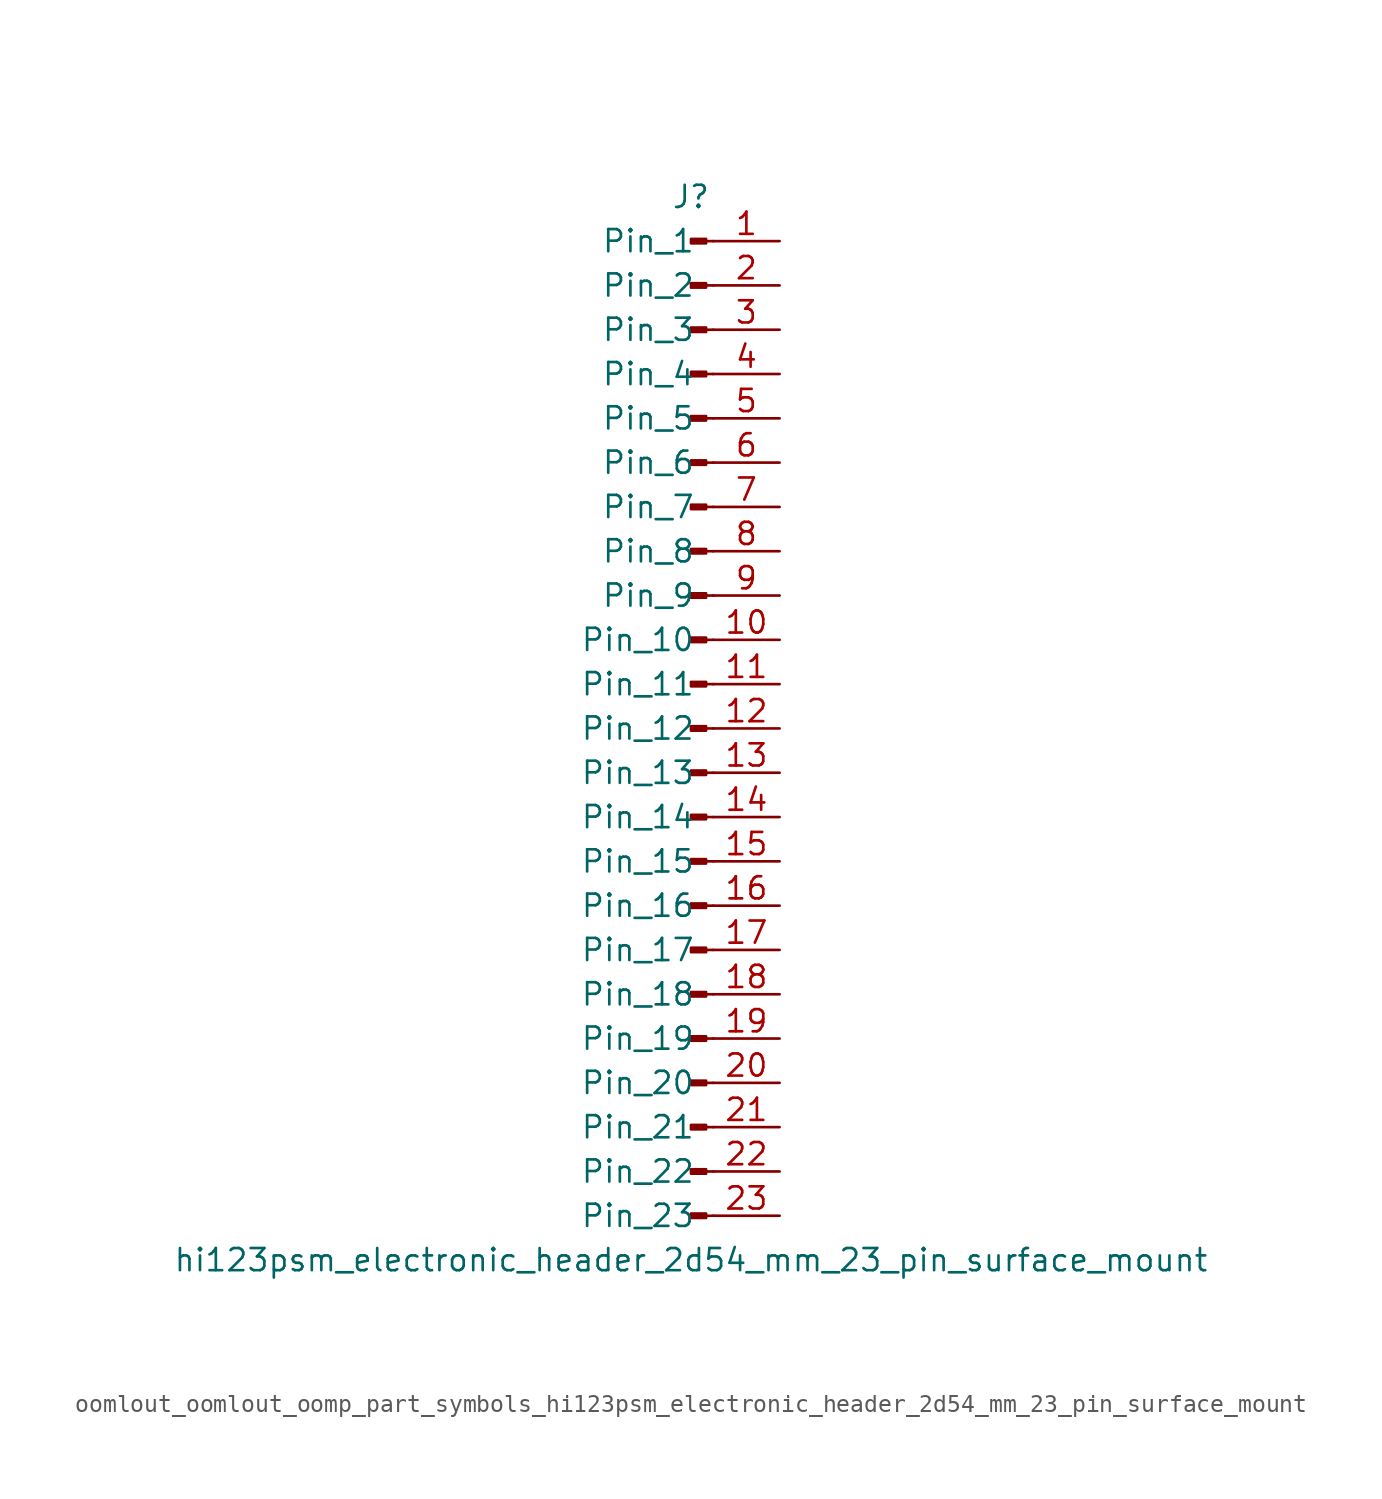
<source format=kicad_sym>
(kicad_symbol_lib
  (version 20220914)
  (generator kicad_symbol_editor)
  (symbol "oomlout_oomlout_oomp_part_symbols_hi123psm_electronic_header_2d54_mm_23_pin_surface_mount"
    (pin_names
      (offset 1.016))
    (property "Reference" "J"
      (at 0 30.48 0)
      (effects (font (size 1.27 1.27))))
    (property "Value" "hi123psm_electronic_header_2d54_mm_23_pin_surface_mount"
      (at 0 -30.48 0)
      (effects (font (size 1.27 1.27))))
    (property "ki_locked" ""
      (at 0 0 0)
      (effects (font (size 1.27 1.27))))
    (symbol "oomlout_oomlout_oomp_part_symbols_hi123psm_electronic_header_2d54_mm_23_pin_surface_mount_1_1"
      (polyline (pts (xy 1.27 -27.94) (xy 0.864 -27.94)) (stroke (width 0.152) (type default)) (fill (type none)))
      (polyline (pts (xy 1.27 -25.4) (xy 0.864 -25.4)) (stroke (width 0.152) (type default)) (fill (type none)))
      (polyline (pts (xy 1.27 -22.86) (xy 0.864 -22.86)) (stroke (width 0.152) (type default)) (fill (type none)))
      (polyline (pts (xy 1.27 -20.32) (xy 0.864 -20.32)) (stroke (width 0.152) (type default)) (fill (type none)))
      (polyline (pts (xy 1.27 -17.78) (xy 0.864 -17.78)) (stroke (width 0.152) (type default)) (fill (type none)))
      (polyline (pts (xy 1.27 -15.24) (xy 0.864 -15.24)) (stroke (width 0.152) (type default)) (fill (type none)))
      (polyline (pts (xy 1.27 -12.7) (xy 0.864 -12.7)) (stroke (width 0.152) (type default)) (fill (type none)))
      (polyline (pts (xy 1.27 -10.16) (xy 0.864 -10.16)) (stroke (width 0.152) (type default)) (fill (type none)))
      (polyline (pts (xy 1.27 -7.62) (xy 0.864 -7.62)) (stroke (width 0.152) (type default)) (fill (type none)))
      (polyline (pts (xy 1.27 -5.08) (xy 0.864 -5.08)) (stroke (width 0.152) (type default)) (fill (type none)))
      (polyline (pts (xy 1.27 -2.54) (xy 0.864 -2.54)) (stroke (width 0.152) (type default)) (fill (type none)))
      (polyline (pts (xy 1.27 0) (xy 0.864 0)) (stroke (width 0.152) (type default)) (fill (type none)))
      (polyline (pts (xy 1.27 2.54) (xy 0.864 2.54)) (stroke (width 0.152) (type default)) (fill (type none)))
      (polyline (pts (xy 1.27 5.08) (xy 0.864 5.08)) (stroke (width 0.152) (type default)) (fill (type none)))
      (polyline (pts (xy 1.27 7.62) (xy 0.864 7.62)) (stroke (width 0.152) (type default)) (fill (type none)))
      (polyline (pts (xy 1.27 10.16) (xy 0.864 10.16)) (stroke (width 0.152) (type default)) (fill (type none)))
      (polyline (pts (xy 1.27 12.7) (xy 0.864 12.7)) (stroke (width 0.152) (type default)) (fill (type none)))
      (polyline (pts (xy 1.27 15.24) (xy 0.864 15.24)) (stroke (width 0.152) (type default)) (fill (type none)))
      (polyline (pts (xy 1.27 17.78) (xy 0.864 17.78)) (stroke (width 0.152) (type default)) (fill (type none)))
      (polyline (pts (xy 1.27 20.32) (xy 0.864 20.32)) (stroke (width 0.152) (type default)) (fill (type none)))
      (polyline (pts (xy 1.27 22.86) (xy 0.864 22.86)) (stroke (width 0.152) (type default)) (fill (type none)))
      (polyline (pts (xy 1.27 25.4) (xy 0.864 25.4)) (stroke (width 0.152) (type default)) (fill (type none)))
      (polyline (pts (xy 1.27 27.94) (xy 0.864 27.94)) (stroke (width 0.152) (type default)) (fill (type none)))
      (rectangle (start 0.864 -27.813) (end 0 -28.067) (stroke (width 0.152) (type default)) (fill (type outline)))
      (rectangle (start 0.864 -25.273) (end 0 -25.527) (stroke (width 0.152) (type default)) (fill (type outline)))
      (rectangle (start 0.864 -22.733) (end 0 -22.987) (stroke (width 0.152) (type default)) (fill (type outline)))
      (rectangle (start 0.864 -20.193) (end 0 -20.447) (stroke (width 0.152) (type default)) (fill (type outline)))
      (rectangle (start 0.864 -17.653) (end 0 -17.907) (stroke (width 0.152) (type default)) (fill (type outline)))
      (rectangle (start 0.864 -15.113) (end 0 -15.367) (stroke (width 0.152) (type default)) (fill (type outline)))
      (rectangle (start 0.864 -12.573) (end 0 -12.827) (stroke (width 0.152) (type default)) (fill (type outline)))
      (rectangle (start 0.864 -10.033) (end 0 -10.287) (stroke (width 0.152) (type default)) (fill (type outline)))
      (rectangle (start 0.864 -7.493) (end 0 -7.747) (stroke (width 0.152) (type default)) (fill (type outline)))
      (rectangle (start 0.864 -4.953) (end 0 -5.207) (stroke (width 0.152) (type default)) (fill (type outline)))
      (rectangle (start 0.864 -2.413) (end 0 -2.667) (stroke (width 0.152) (type default)) (fill (type outline)))
      (rectangle (start 0.864 0.127) (end 0 -0.127) (stroke (width 0.152) (type default)) (fill (type outline)))
      (rectangle (start 0.864 2.667) (end 0 2.413) (stroke (width 0.152) (type default)) (fill (type outline)))
      (rectangle (start 0.864 5.207) (end 0 4.953) (stroke (width 0.152) (type default)) (fill (type outline)))
      (rectangle (start 0.864 7.747) (end 0 7.493) (stroke (width 0.152) (type default)) (fill (type outline)))
      (rectangle (start 0.864 10.287) (end 0 10.033) (stroke (width 0.152) (type default)) (fill (type outline)))
      (rectangle (start 0.864 12.827) (end 0 12.573) (stroke (width 0.152) (type default)) (fill (type outline)))
      (rectangle (start 0.864 15.367) (end 0 15.113) (stroke (width 0.152) (type default)) (fill (type outline)))
      (rectangle (start 0.864 17.907) (end 0 17.653) (stroke (width 0.152) (type default)) (fill (type outline)))
      (rectangle (start 0.864 20.447) (end 0 20.193) (stroke (width 0.152) (type default)) (fill (type outline)))
      (rectangle (start 0.864 22.987) (end 0 22.733) (stroke (width 0.152) (type default)) (fill (type outline)))
      (rectangle (start 0.864 25.527) (end 0 25.273) (stroke (width 0.152) (type default)) (fill (type outline)))
      (rectangle (start 0.864 28.067) (end 0 27.813) (stroke (width 0.152) (type default)) (fill (type outline)))
      (pin passive line (at 5.08 27.94 180) (length 3.81) (name "Pin_1" (effects (font (size 1.27 1.27)))) (number "1" (effects (font (size 1.27 1.27)))))
      (pin passive line (at 5.08 5.08 180) (length 3.81) (name "Pin_10" (effects (font (size 1.27 1.27)))) (number "10" (effects (font (size 1.27 1.27)))))
      (pin passive line (at 5.08 2.54 180) (length 3.81) (name "Pin_11" (effects (font (size 1.27 1.27)))) (number "11" (effects (font (size 1.27 1.27)))))
      (pin passive line (at 5.08 0 180) (length 3.81) (name "Pin_12" (effects (font (size 1.27 1.27)))) (number "12" (effects (font (size 1.27 1.27)))))
      (pin passive line (at 5.08 -2.54 180) (length 3.81) (name "Pin_13" (effects (font (size 1.27 1.27)))) (number "13" (effects (font (size 1.27 1.27)))))
      (pin passive line (at 5.08 -5.08 180) (length 3.81) (name "Pin_14" (effects (font (size 1.27 1.27)))) (number "14" (effects (font (size 1.27 1.27)))))
      (pin passive line (at 5.08 -7.62 180) (length 3.81) (name "Pin_15" (effects (font (size 1.27 1.27)))) (number "15" (effects (font (size 1.27 1.27)))))
      (pin passive line (at 5.08 -10.16 180) (length 3.81) (name "Pin_16" (effects (font (size 1.27 1.27)))) (number "16" (effects (font (size 1.27 1.27)))))
      (pin passive line (at 5.08 -12.7 180) (length 3.81) (name "Pin_17" (effects (font (size 1.27 1.27)))) (number "17" (effects (font (size 1.27 1.27)))))
      (pin passive line (at 5.08 -15.24 180) (length 3.81) (name "Pin_18" (effects (font (size 1.27 1.27)))) (number "18" (effects (font (size 1.27 1.27)))))
      (pin passive line (at 5.08 -17.78 180) (length 3.81) (name "Pin_19" (effects (font (size 1.27 1.27)))) (number "19" (effects (font (size 1.27 1.27)))))
      (pin passive line (at 5.08 25.4 180) (length 3.81) (name "Pin_2" (effects (font (size 1.27 1.27)))) (number "2" (effects (font (size 1.27 1.27)))))
      (pin passive line (at 5.08 -20.32 180) (length 3.81) (name "Pin_20" (effects (font (size 1.27 1.27)))) (number "20" (effects (font (size 1.27 1.27)))))
      (pin passive line (at 5.08 -22.86 180) (length 3.81) (name "Pin_21" (effects (font (size 1.27 1.27)))) (number "21" (effects (font (size 1.27 1.27)))))
      (pin passive line (at 5.08 -25.4 180) (length 3.81) (name "Pin_22" (effects (font (size 1.27 1.27)))) (number "22" (effects (font (size 1.27 1.27)))))
      (pin passive line (at 5.08 -27.94 180) (length 3.81) (name "Pin_23" (effects (font (size 1.27 1.27)))) (number "23" (effects (font (size 1.27 1.27)))))
      (pin passive line (at 5.08 22.86 180) (length 3.81) (name "Pin_3" (effects (font (size 1.27 1.27)))) (number "3" (effects (font (size 1.27 1.27)))))
      (pin passive line (at 5.08 20.32 180) (length 3.81) (name "Pin_4" (effects (font (size 1.27 1.27)))) (number "4" (effects (font (size 1.27 1.27)))))
      (pin passive line (at 5.08 17.78 180) (length 3.81) (name "Pin_5" (effects (font (size 1.27 1.27)))) (number "5" (effects (font (size 1.27 1.27)))))
      (pin passive line (at 5.08 15.24 180) (length 3.81) (name "Pin_6" (effects (font (size 1.27 1.27)))) (number "6" (effects (font (size 1.27 1.27)))))
      (pin passive line (at 5.08 12.7 180) (length 3.81) (name "Pin_7" (effects (font (size 1.27 1.27)))) (number "7" (effects (font (size 1.27 1.27)))))
      (pin passive line (at 5.08 10.16 180) (length 3.81) (name "Pin_8" (effects (font (size 1.27 1.27)))) (number "8" (effects (font (size 1.27 1.27)))))
      (pin passive line (at 5.08 7.62 180) (length 3.81) (name "Pin_9" (effects (font (size 1.27 1.27)))) (number "9" (effects (font (size 1.27 1.27))))))))
</source>
